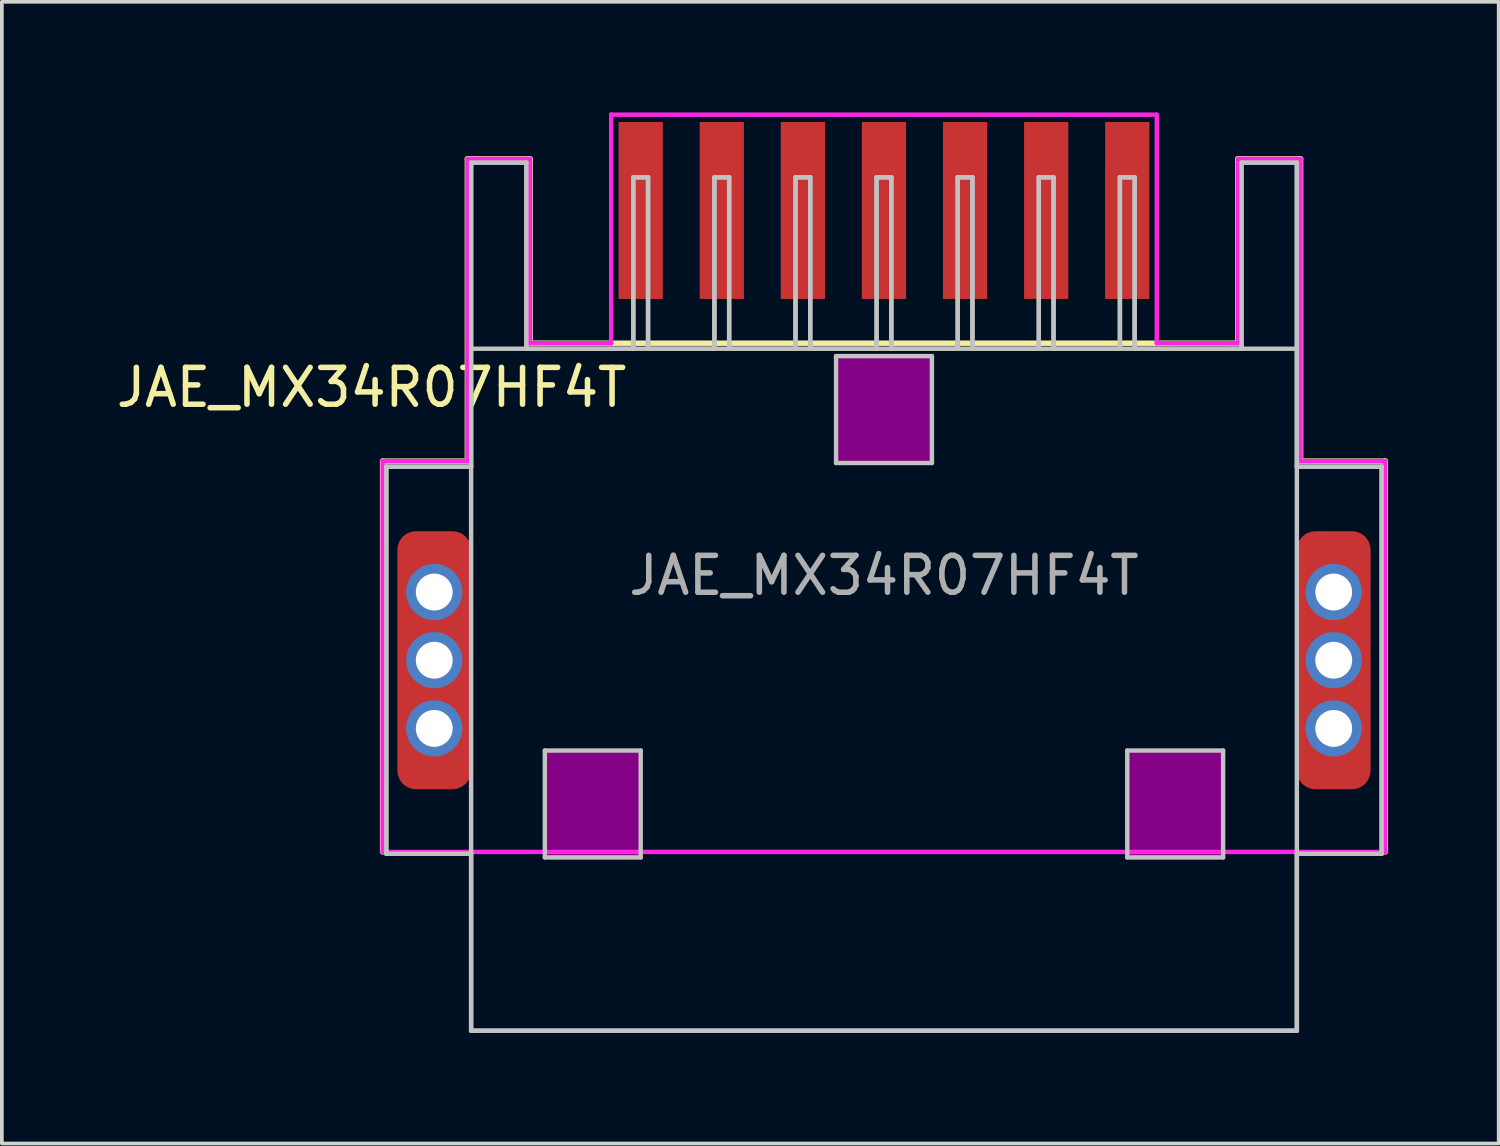
<source format=kicad_pcb>
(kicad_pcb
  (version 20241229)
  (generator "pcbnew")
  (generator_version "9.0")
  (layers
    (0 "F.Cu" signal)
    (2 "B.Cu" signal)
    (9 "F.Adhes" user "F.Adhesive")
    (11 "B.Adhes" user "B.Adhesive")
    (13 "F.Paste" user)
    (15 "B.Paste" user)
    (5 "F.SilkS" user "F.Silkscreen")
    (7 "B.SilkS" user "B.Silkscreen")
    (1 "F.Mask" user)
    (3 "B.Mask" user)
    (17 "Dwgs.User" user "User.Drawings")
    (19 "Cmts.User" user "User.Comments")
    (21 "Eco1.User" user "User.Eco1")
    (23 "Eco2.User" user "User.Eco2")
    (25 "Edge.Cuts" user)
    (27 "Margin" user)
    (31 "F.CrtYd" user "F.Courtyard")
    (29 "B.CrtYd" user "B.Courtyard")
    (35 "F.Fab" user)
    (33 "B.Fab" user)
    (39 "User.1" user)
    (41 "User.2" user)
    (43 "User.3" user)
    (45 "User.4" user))
  (footprint "JAE_MX34R07HF4T"
    (layer "F.Cu")
    (at 20.93 14.86)
    (property "Reference" "JAE_MX34R07HF4T" (at -13.9 -7.4 0) (layer "F.SilkS") (effects (font (size 1 1) (thickness 0.15))))
    (attr smd)
    (fp_line (start -13.6 -5.4) (end -13.6 5.2) (stroke (width 0.15) (type solid)) (layer "F.SilkS"))
    (fp_line (start -11.3 -13.6) (end -11.3 -5.4) (stroke (width 0.15) (type solid)) (layer "F.SilkS"))
    (fp_line (start -11.3 -5.4) (end -13.6 -5.4) (stroke (width 0.15) (type solid)) (layer "F.SilkS"))
    (fp_line (start -9.6 -13.6) (end -11.3 -13.6) (stroke (width 0.15) (type solid)) (layer "F.SilkS"))
    (fp_line (start -9.6 -8.6) (end -9.6 -13.6) (stroke (width 0.15) (type solid)) (layer "F.SilkS"))
    (fp_line (start 9.6 -13.6) (end 11.3 -13.6) (stroke (width 0.15) (type solid)) (layer "F.SilkS"))
    (fp_line (start 9.6 -8.6) (end -9.6 -8.6) (stroke (width 0.15) (type solid)) (layer "F.SilkS"))
    (fp_line (start 9.6 -8.6) (end 9.6 -13.6) (stroke (width 0.15) (type solid)) (layer "F.SilkS"))
    (fp_line (start 11.3 -13.6) (end 11.3 -5.4) (stroke (width 0.15) (type solid)) (layer "F.SilkS"))
    (fp_line (start 11.3 -5.4) (end 13.6 -5.4) (stroke (width 0.15) (type solid)) (layer "F.SilkS"))
    (fp_line (start 13.6 -5.4) (end 13.6 5.2) (stroke (width 0.15) (type solid)) (layer "F.SilkS"))
    (fp_line (start -13.5 -5.25) (end -13.5 5.25) (stroke (width 0.12) (type solid)) (layer "Dwgs.User"))
    (fp_line (start -13.5 -5.25) (end -11.2 -5.25) (stroke (width 0.12) (type solid)) (layer "Dwgs.User"))
    (fp_line (start -13.5 5.25) (end -11.2 5.25) (stroke (width 0.12) (type solid)) (layer "Dwgs.User"))
    (fp_line (start -11.2 -13.5) (end -9.7 -13.5) (stroke (width 0.12) (type solid)) (layer "Dwgs.User"))
    (fp_line (start -11.2 -8.45) (end -11.2 -13.5) (stroke (width 0.12) (type solid)) (layer "Dwgs.User"))
    (fp_line (start -11.2 -8.45) (end -11.2 10.05) (stroke (width 0.12) (type solid)) (layer "Dwgs.User"))
    (fp_line (start -11.2 -8.45) (end 11.2 -8.45) (stroke (width 0.12) (type solid)) (layer "Dwgs.User"))
    (fp_line (start -11.2 10.05) (end 11.2 10.05) (stroke (width 0.12) (type solid)) (layer "Dwgs.User"))
    (fp_line (start -9.7 -13.5) (end -9.7 -8.45) (stroke (width 0.12) (type solid)) (layer "Dwgs.User"))
    (fp_line (start -9.2 2.45) (end -6.6 2.45) (stroke (width 0.12) (type solid)) (layer "Dwgs.User"))
    (fp_line (start -9.2 5.35) (end -9.2 2.45) (stroke (width 0.12) (type solid)) (layer "Dwgs.User"))
    (fp_line (start -6.8 -13.1) (end -6.8 -8.45) (stroke (width 0.12) (type solid)) (layer "Dwgs.User"))
    (fp_line (start -6.6 2.45) (end -6.6 5.35) (stroke (width 0.12) (type solid)) (layer "Dwgs.User"))
    (fp_line (start -6.6 5.35) (end -9.2 5.35) (stroke (width 0.12) (type solid)) (layer "Dwgs.User"))
    (fp_line (start -6.4 -13.1) (end -6.8 -13.1) (stroke (width 0.12) (type solid)) (layer "Dwgs.User"))
    (fp_line (start -6.4 -8.45) (end -6.4 -13.1) (stroke (width 0.12) (type solid)) (layer "Dwgs.User"))
    (fp_line (start -4.6 -13.1) (end -4.6 -8.45) (stroke (width 0.12) (type solid)) (layer "Dwgs.User"))
    (fp_line (start -4.2 -13.1) (end -4.6 -13.1) (stroke (width 0.12) (type solid)) (layer "Dwgs.User"))
    (fp_line (start -4.2 -8.45) (end -4.2 -13.1) (stroke (width 0.12) (type solid)) (layer "Dwgs.User"))
    (fp_line (start -2.4 -13.1) (end -2.4 -8.45) (stroke (width 0.12) (type solid)) (layer "Dwgs.User"))
    (fp_line (start -2 -13.1) (end -2.4 -13.1) (stroke (width 0.12) (type solid)) (layer "Dwgs.User"))
    (fp_line (start -2 -8.45) (end -2 -13.1) (stroke (width 0.12) (type solid)) (layer "Dwgs.User"))
    (fp_line (start -1.3 -8.25) (end 1.3 -8.25) (stroke (width 0.12) (type solid)) (layer "Dwgs.User"))
    (fp_line (start -1.3 -5.35) (end -1.3 -8.25) (stroke (width 0.12) (type solid)) (layer "Dwgs.User"))
    (fp_line (start -0.2 -13.1) (end -0.2 -8.45) (stroke (width 0.12) (type solid)) (layer "Dwgs.User"))
    (fp_line (start 0.2 -13.1) (end -0.2 -13.1) (stroke (width 0.12) (type solid)) (layer "Dwgs.User"))
    (fp_line (start 0.2 -8.45) (end 0.2 -13.1) (stroke (width 0.12) (type solid)) (layer "Dwgs.User"))
    (fp_line (start 1.3 -8.25) (end 1.3 -5.35) (stroke (width 0.12) (type solid)) (layer "Dwgs.User"))
    (fp_line (start 1.3 -5.35) (end -1.3 -5.35) (stroke (width 0.12) (type solid)) (layer "Dwgs.User"))
    (fp_line (start 2 -13.1) (end 2 -8.45) (stroke (width 0.12) (type solid)) (layer "Dwgs.User"))
    (fp_line (start 2.4 -13.1) (end 2 -13.1) (stroke (width 0.12) (type solid)) (layer "Dwgs.User"))
    (fp_line (start 2.4 -8.45) (end 2.4 -13.1) (stroke (width 0.12) (type solid)) (layer "Dwgs.User"))
    (fp_line (start 4.2 -13.1) (end 4.2 -8.45) (stroke (width 0.12) (type solid)) (layer "Dwgs.User"))
    (fp_line (start 4.6 -13.1) (end 4.2 -13.1) (stroke (width 0.12) (type solid)) (layer "Dwgs.User"))
    (fp_line (start 4.6 -8.45) (end 4.6 -13.1) (stroke (width 0.12) (type solid)) (layer "Dwgs.User"))
    (fp_line (start 6.4 -13.1) (end 6.4 -8.45) (stroke (width 0.12) (type solid)) (layer "Dwgs.User"))
    (fp_line (start 6.6 2.45) (end 9.2 2.45) (stroke (width 0.12) (type solid)) (layer "Dwgs.User"))
    (fp_line (start 6.6 5.35) (end 6.6 2.45) (stroke (width 0.12) (type solid)) (layer "Dwgs.User"))
    (fp_line (start 6.8 -13.1) (end 6.4 -13.1) (stroke (width 0.12) (type solid)) (layer "Dwgs.User"))
    (fp_line (start 6.8 -8.45) (end 6.8 -13.1) (stroke (width 0.12) (type solid)) (layer "Dwgs.User"))
    (fp_line (start 9.2 2.45) (end 9.2 5.35) (stroke (width 0.12) (type solid)) (layer "Dwgs.User"))
    (fp_line (start 9.2 5.35) (end 6.6 5.35) (stroke (width 0.12) (type solid)) (layer "Dwgs.User"))
    (fp_line (start 9.7 -13.5) (end 9.7 -8.45) (stroke (width 0.12) (type solid)) (layer "Dwgs.User"))
    (fp_line (start 11.2 -13.5) (end 9.7 -13.5) (stroke (width 0.12) (type solid)) (layer "Dwgs.User"))
    (fp_line (start 11.2 -8.45) (end 11.2 -13.5) (stroke (width 0.12) (type solid)) (layer "Dwgs.User"))
    (fp_line (start 11.2 10.05) (end 11.2 -8.45) (stroke (width 0.12) (type solid)) (layer "Dwgs.User"))
    (fp_line (start 13.5 -5.25) (end 11.2 -5.25) (stroke (width 0.12) (type solid)) (layer "Dwgs.User"))
    (fp_line (start 13.5 -5.25) (end 13.5 5.25) (stroke (width 0.12) (type solid)) (layer "Dwgs.User"))
    (fp_line (start 13.5 5.25) (end 11.2 5.25) (stroke (width 0.12) (type solid)) (layer "Dwgs.User"))
    (fp_line (start -13.6 -5.4) (end -11.3 -5.4) (stroke (width 0.12) (type solid)) (layer "F.CrtYd"))
    (fp_line (start -13.6 5.2) (end -13.6 -5.4) (stroke (width 0.12) (type solid)) (layer "F.CrtYd"))
    (fp_line (start -13.6 5.2) (end 13.6 5.2) (stroke (width 0.12) (type solid)) (layer "F.CrtYd"))
    (fp_line (start -11.3 -13.6) (end -9.6 -13.6) (stroke (width 0.12) (type solid)) (layer "F.CrtYd"))
    (fp_line (start -11.3 -5.4) (end -11.3 -13.6) (stroke (width 0.12) (type solid)) (layer "F.CrtYd"))
    (fp_line (start -9.6 -13.6) (end -9.6 -8.6) (stroke (width 0.12) (type solid)) (layer "F.CrtYd"))
    (fp_line (start -9.6 -8.6) (end -7.4 -8.6) (stroke (width 0.12) (type solid)) (layer "F.CrtYd"))
    (fp_line (start -7.4 -14.8) (end 7.4 -14.8) (stroke (width 0.12) (type solid)) (layer "F.CrtYd"))
    (fp_line (start -7.4 -8.6) (end -7.4 -14.8) (stroke (width 0.12) (type solid)) (layer "F.CrtYd"))
    (fp_line (start 7.4 -14.8) (end 7.4 -8.6) (stroke (width 0.12) (type solid)) (layer "F.CrtYd"))
    (fp_line (start 9.6 -13.6) (end 9.6 -8.6) (stroke (width 0.12) (type solid)) (layer "F.CrtYd"))
    (fp_line (start 9.6 -8.6) (end 7.4 -8.6) (stroke (width 0.12) (type solid)) (layer "F.CrtYd"))
    (fp_line (start 11.3 -13.6) (end 9.6 -13.6) (stroke (width 0.12) (type solid)) (layer "F.CrtYd"))
    (fp_line (start 11.3 -5.4) (end 11.3 -13.6) (stroke (width 0.12) (type solid)) (layer "F.CrtYd"))
    (fp_line (start 13.6 -5.4) (end 11.3 -5.4) (stroke (width 0.12) (type solid)) (layer "F.CrtYd"))
    (fp_line (start 13.6 5.2) (end 13.6 -5.4) (stroke (width 0.12) (type solid)) (layer "F.CrtYd"))
    (fp_line (start -13.5 -5.25) (end -13.5 5.25) (stroke (width 0.12) (type solid)) (layer "F.Fab"))
    (fp_line (start -13.5 5.25) (end -11.2 5.25) (stroke (width 0.12) (type solid)) (layer "F.Fab"))
    (fp_line (start -11.2 -13.5) (end -11.2 -5.25) (stroke (width 0.12) (type solid)) (layer "F.Fab"))
    (fp_line (start -11.2 -5.25) (end -13.5 -5.25) (stroke (width 0.12) (type solid)) (layer "F.Fab"))
    (fp_line (start -11.2 5.25) (end -11.2 10.05) (stroke (width 0.12) (type solid)) (layer "F.Fab"))
    (fp_line (start -11.2 10.05) (end 11.2 10.05) (stroke (width 0.12) (type solid)) (layer "F.Fab"))
    (fp_line (start -9.7 -13.5) (end -11.2 -13.5) (stroke (width 0.12) (type solid)) (layer "F.Fab"))
    (fp_line (start -9.7 -8.45) (end -9.7 -13.5) (stroke (width 0.12) (type solid)) (layer "F.Fab"))
    (fp_line (start -6.8 -13.1) (end -6.8 -8.45) (stroke (width 0.12) (type solid)) (layer "F.Fab"))
    (fp_line (start -6.8 -8.45) (end -9.7 -8.45) (stroke (width 0.12) (type solid)) (layer "F.Fab"))
    (fp_line (start -6.4 -13.1) (end -6.8 -13.1) (stroke (width 0.12) (type solid)) (layer "F.Fab"))
    (fp_line (start -6.4 -8.45) (end -6.4 -13.1) (stroke (width 0.12) (type solid)) (layer "F.Fab"))
    (fp_line (start -4.6 -13.1) (end -4.6 -8.45) (stroke (width 0.12) (type solid)) (layer "F.Fab"))
    (fp_line (start -4.6 -8.45) (end -6.4 -8.45) (stroke (width 0.12) (type solid)) (layer "F.Fab"))
    (fp_line (start -4.2 -13.1) (end -4.6 -13.1) (stroke (width 0.12) (type solid)) (layer "F.Fab"))
    (fp_line (start -4.2 -8.45) (end -4.2 -13.1) (stroke (width 0.12) (type solid)) (layer "F.Fab"))
    (fp_line (start -2.4 -13.1) (end -2.4 -8.45) (stroke (width 0.12) (type solid)) (layer "F.Fab"))
    (fp_line (start -2.4 -8.45) (end -4.2 -8.45) (stroke (width 0.12) (type solid)) (layer "F.Fab"))
    (fp_line (start -2 -13.1) (end -2.4 -13.1) (stroke (width 0.12) (type solid)) (layer "F.Fab"))
    (fp_line (start -2 -8.45) (end -2 -13.1) (stroke (width 0.12) (type solid)) (layer "F.Fab"))
    (fp_line (start -0.2 -13.1) (end -0.2 -8.45) (stroke (width 0.12) (type solid)) (layer "F.Fab"))
    (fp_line (start -0.2 -8.45) (end -2 -8.45) (stroke (width 0.12) (type solid)) (layer "F.Fab"))
    (fp_line (start 0.2 -13.1) (end -0.2 -13.1) (stroke (width 0.12) (type solid)) (layer "F.Fab"))
    (fp_line (start 0.2 -8.45) (end 0.2 -13.1) (stroke (width 0.12) (type solid)) (layer "F.Fab"))
    (fp_line (start 2 -13.1) (end 2 -8.45) (stroke (width 0.12) (type solid)) (layer "F.Fab"))
    (fp_line (start 2 -8.45) (end 0.2 -8.45) (stroke (width 0.12) (type solid)) (layer "F.Fab"))
    (fp_line (start 2.4 -13.1) (end 2 -13.1) (stroke (width 0.12) (type solid)) (layer "F.Fab"))
    (fp_line (start 2.4 -8.45) (end 2.4 -13.1) (stroke (width 0.12) (type solid)) (layer "F.Fab"))
    (fp_line (start 4.2 -13.1) (end 4.2 -8.45) (stroke (width 0.12) (type solid)) (layer "F.Fab"))
    (fp_line (start 4.2 -8.45) (end 2.4 -8.45) (stroke (width 0.12) (type solid)) (layer "F.Fab"))
    (fp_line (start 4.6 -13.1) (end 4.2 -13.1) (stroke (width 0.12) (type solid)) (layer "F.Fab"))
    (fp_line (start 4.6 -8.45) (end 4.6 -13.1) (stroke (width 0.12) (type solid)) (layer "F.Fab"))
    (fp_line (start 6.4 -13.1) (end 6.4 -8.45) (stroke (width 0.12) (type solid)) (layer "F.Fab"))
    (fp_line (start 6.4 -8.45) (end 4.6 -8.45) (stroke (width 0.12) (type solid)) (layer "F.Fab"))
    (fp_line (start 6.8 -13.1) (end 6.4 -13.1) (stroke (width 0.12) (type solid)) (layer "F.Fab"))
    (fp_line (start 6.8 -8.45) (end 6.8 -13.1) (stroke (width 0.12) (type solid)) (layer "F.Fab"))
    (fp_line (start 9.7 -13.5) (end 9.7 -8.45) (stroke (width 0.12) (type solid)) (layer "F.Fab"))
    (fp_line (start 9.7 -8.45) (end 6.8 -8.45) (stroke (width 0.12) (type solid)) (layer "F.Fab"))
    (fp_line (start 11.2 -13.5) (end 9.7 -13.5) (stroke (width 0.12) (type solid)) (layer "F.Fab"))
    (fp_line (start 11.2 -5.25) (end 11.2 -13.5) (stroke (width 0.12) (type solid)) (layer "F.Fab"))
    (fp_line (start 11.2 5.25) (end 13.5 5.25) (stroke (width 0.12) (type solid)) (layer "F.Fab"))
    (fp_line (start 11.2 10.05) (end 11.2 5.25) (stroke (width 0.12) (type solid)) (layer "F.Fab"))
    (fp_line (start 13.5 -5.25) (end 11.2 -5.25) (stroke (width 0.12) (type solid)) (layer "F.Fab"))
    (fp_line (start 13.5 5.25) (end 13.5 -5.25) (stroke (width 0.12) (type solid)) (layer "F.Fab"))
    (fp_text user "${REFERENCE}" (at 0 -2.3 0) (layer "F.Fab") (effects (font (size 1 1) (thickness 0.15))))
    (pad "" smd rect (at -7.9 3.9) (size 2.6 2.9) (layers "F.Adhes"))
    (pad "" smd rect (at 0 -6.8) (size 2.6 2.9) (layers "F.Adhes"))
    (pad "" smd rect (at 7.9 3.9) (size 2.6 2.9) (layers "F.Adhes"))
    (pad "1" smd rect (at 6.6 -12.2) (size 1.2 4.8) (layers "F.Cu" "F.Mask" "F.Paste"))
    (pad "2" smd rect (at 4.4 -12.2) (size 1.2 4.8) (layers "F.Cu" "F.Mask" "F.Paste"))
    (pad "3" smd rect (at 2.2 -12.2) (size 1.2 4.8) (layers "F.Cu" "F.Mask" "F.Paste"))
    (pad "4" smd rect (at 0 -12.2) (size 1.2 4.8) (layers "F.Cu" "F.Mask" "F.Paste"))
    (pad "5" smd rect (at -2.2 -12.2) (size 1.2 4.8) (layers "F.Cu" "F.Mask" "F.Paste"))
    (pad "6" smd rect (at -4.4 -12.2) (size 1.2 4.8) (layers "F.Cu" "F.Mask" "F.Paste"))
    (pad "7" smd rect (at -6.6 -12.2) (size 1.2 4.8) (layers "F.Cu" "F.Mask" "F.Paste"))
    (pad "A" thru_hole circle (at -12.2 -1.85) (size 1.524 1.524) (drill 1) (layers "*.Cu" "*.Mask" "F.Paste"))
    (pad "A" thru_hole circle (at -12.2 0) (size 1.524 1.524) (drill 1) (layers "*.Cu" "*.Mask" "F.Paste"))
    (pad "A" smd roundrect (at -12.2 0) (size 2 7) (layers "F.Cu" "F.Mask" "F.Paste") (roundrect_rratio 0.25))
    (pad "A" thru_hole circle (at -12.2 1.85) (size 1.524 1.524) (drill 1) (layers "*.Cu" "*.Mask" "F.Paste"))
    (pad "B" thru_hole circle (at 12.2 -1.85) (size 1.524 1.524) (drill 1) (layers "*.Cu" "*.Mask" "F.Paste"))
    (pad "B" thru_hole circle (at 12.2 0) (size 1.524 1.524) (drill 1) (layers "*.Cu" "*.Mask" "F.Paste"))
    (pad "B" smd roundrect (at 12.2 0) (size 2 7) (layers "F.Cu" "F.Mask" "F.Paste") (roundrect_rratio 0.25))
    (pad "B" thru_hole circle (at 12.2 1.85) (size 1.524 1.524) (drill 1) (layers "*.Cu" "*.Mask" "F.Paste")))
  (gr_rect
    (start -3 -3)
    (end 37.605 27.97)
    (stroke (width 0.1) (type default))
    (fill no)
    (layer "Edge.Cuts")))
</source>
